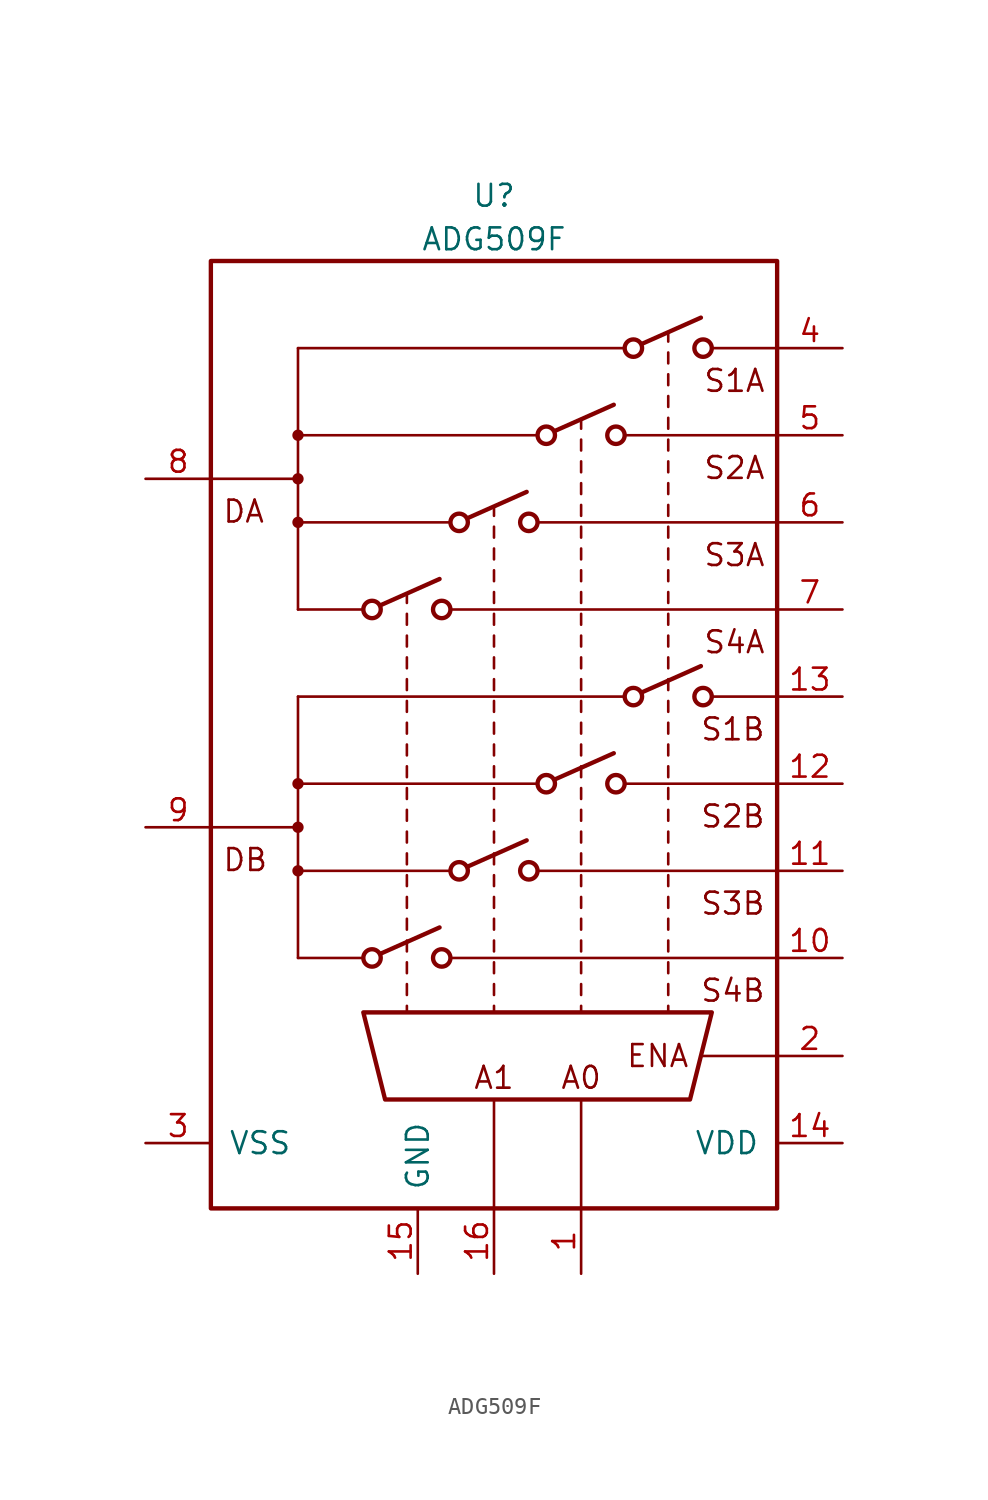
<source format=kicad_sym>
(kicad_symbol_lib
  (version 20231120)
  (generator "kicad_symbol_editor")
  (generator_version "8.0")
  (symbol "ADG509F"
    (pin_names
      (offset 1.016))
    (property "Reference" "U"
      (at 0 31.75 0)
      (effects (font (size 1.27 1.27))))
    (property "Value" "ADG509F"
      (at 0 29.21 0)
      (effects (font (size 1.27 1.27))))
    (symbol "ADG509F_0_0"
      (text "A0" (at 5.08 -19.685 0) (effects (font (size 1.27 1.27))))
      (text "A1" (at 0 -19.685 0) (effects (font (size 1.27 1.27))))
      (text "DA" (at -15.875 13.335 0) (effects (font (size 1.27 1.27)) (justify left)))
      (text "DB" (at -15.875 -6.985 0) (effects (font (size 1.27 1.27)) (justify left)))
      (text "ENA" (at 11.43 -18.415 0) (effects (font (size 1.27 1.27)) (justify right)))
      (text "S1A" (at 15.875 20.955 0) (effects (font (size 1.27 1.27)) (justify right)))
      (text "S1B" (at 15.875 0.635 0) (effects (font (size 1.27 1.27)) (justify right)))
      (text "S2A" (at 15.875 15.875 0) (effects (font (size 1.27 1.27)) (justify right)))
      (text "S2B" (at 15.875 -4.445 0) (effects (font (size 1.27 1.27)) (justify right)))
      (text "S3A" (at 15.875 10.795 0) (effects (font (size 1.27 1.27)) (justify right)))
      (text "S3B" (at 15.875 -9.525 0) (effects (font (size 1.27 1.27)) (justify right)))
      (text "S4A" (at 15.875 5.715 0) (effects (font (size 1.27 1.27)) (justify right)))
      (text "S4B" (at 15.875 -14.605 0) (effects (font (size 1.27 1.27)) (justify right))))
    (symbol "ADG509F_0_1"
      (rectangle (start -16.51 27.94) (end 16.51 -27.305) (stroke (width 0.254) (type default)) (fill (type none)))
      (circle (center -11.43 -7.62) (radius 0.254) (stroke (width 0) (type default)) (fill (type outline)))
      (circle (center -11.43 -5.08) (radius 0.254) (stroke (width 0) (type default)) (fill (type outline)))
      (circle (center -11.43 -2.54) (radius 0.254) (stroke (width 0) (type default)) (fill (type outline)))
      (circle (center -11.43 12.7) (radius 0.254) (stroke (width 0) (type default)) (fill (type outline)))
      (circle (center -11.43 15.24) (radius 0.254) (stroke (width 0) (type default)) (fill (type outline)))
      (circle (center -11.43 17.78) (radius 0.254) (stroke (width 0) (type default)) (fill (type outline)))
      (circle (center -7.112 -12.7) (radius 0.508) (stroke (width 0.254) (type default)) (fill (type none)))
      (circle (center -7.112 7.62) (radius 0.508) (stroke (width 0.254) (type default)) (fill (type none)))
      (circle (center -3.048 -12.7) (radius 0.508) (stroke (width 0.254) (type default)) (fill (type none)))
      (circle (center -3.048 7.62) (radius 0.508) (stroke (width 0.254) (type default)) (fill (type none)))
      (circle (center -2.032 -7.62) (radius 0.508) (stroke (width 0.254) (type default)) (fill (type none)))
      (circle (center -2.032 12.7) (radius 0.508) (stroke (width 0.254) (type default)) (fill (type none)))
      (polyline (pts (xy -16.51 -5.08) (xy -11.43 -5.08)) (stroke (width 0) (type default)) (fill (type none)))
      (polyline (pts (xy -16.51 15.24) (xy -11.43 15.24)) (stroke (width 0) (type default)) (fill (type none)))
      (polyline (pts (xy -11.43 -12.7) (xy -7.62 -12.7)) (stroke (width 0) (type default)) (fill (type none)))
      (polyline (pts (xy -11.43 -7.62) (xy -2.54 -7.62)) (stroke (width 0) (type default)) (fill (type none)))
      (polyline (pts (xy -11.43 -2.54) (xy 2.54 -2.54)) (stroke (width 0) (type default)) (fill (type none)))
      (polyline (pts (xy -11.43 2.54) (xy -11.43 -12.7)) (stroke (width 0) (type default)) (fill (type none)))
      (polyline (pts (xy -11.43 2.54) (xy 7.62 2.54)) (stroke (width 0) (type default)) (fill (type none)))
      (polyline (pts (xy -11.43 7.62) (xy -7.62 7.62)) (stroke (width 0) (type default)) (fill (type none)))
      (polyline (pts (xy -11.43 12.7) (xy -2.54 12.7)) (stroke (width 0) (type default)) (fill (type none)))
      (polyline (pts (xy -11.43 17.78) (xy 2.54 17.78)) (stroke (width 0) (type default)) (fill (type none)))
      (polyline (pts (xy -11.43 22.86) (xy -11.43 7.62)) (stroke (width 0) (type default)) (fill (type none)))
      (polyline (pts (xy -11.43 22.86) (xy 7.62 22.86)) (stroke (width 0) (type default)) (fill (type none)))
      (polyline (pts (xy -6.604 -12.446) (xy -3.175 -10.922)) (stroke (width 0.254) (type default)) (fill (type none)))
      (polyline (pts (xy -6.604 7.874) (xy -3.175 9.398)) (stroke (width 0.254) (type default)) (fill (type none)))
      (polyline (pts (xy -5.08 -15.494) (xy -5.08 -15.875)) (stroke (width 0) (type default)) (fill (type none)))
      (polyline (pts (xy -5.08 -14.224) (xy -5.08 -14.859)) (stroke (width 0) (type default)) (fill (type none)))
      (polyline (pts (xy -5.08 -12.954) (xy -5.08 -13.589)) (stroke (width 0) (type default)) (fill (type none)))
      (polyline (pts (xy -5.08 -11.684) (xy -5.08 -12.319)) (stroke (width 0) (type default)) (fill (type none)))
      (polyline (pts (xy -5.08 -10.414) (xy -5.08 -11.049)) (stroke (width 0) (type default)) (fill (type none)))
      (polyline (pts (xy -5.08 -9.144) (xy -5.08 -9.779)) (stroke (width 0) (type default)) (fill (type none)))
      (polyline (pts (xy -5.08 -7.874) (xy -5.08 -8.509)) (stroke (width 0) (type default)) (fill (type none)))
      (polyline (pts (xy -5.08 -6.604) (xy -5.08 -7.239)) (stroke (width 0) (type default)) (fill (type none)))
      (polyline (pts (xy -5.08 -5.334) (xy -5.08 -5.969)) (stroke (width 0) (type default)) (fill (type none)))
      (polyline (pts (xy -5.08 -4.064) (xy -5.08 -4.699)) (stroke (width 0) (type default)) (fill (type none)))
      (polyline (pts (xy -5.08 -2.794) (xy -5.08 -3.429)) (stroke (width 0) (type default)) (fill (type none)))
      (polyline (pts (xy -5.08 -1.524) (xy -5.08 -2.159)) (stroke (width 0) (type default)) (fill (type none)))
      (polyline (pts (xy -5.08 -0.254) (xy -5.08 -0.889)) (stroke (width 0) (type default)) (fill (type none)))
      (polyline (pts (xy -5.08 1.016) (xy -5.08 0.381)) (stroke (width 0) (type default)) (fill (type none)))
      (polyline (pts (xy -5.08 2.286) (xy -5.08 1.651)) (stroke (width 0) (type default)) (fill (type none)))
      (polyline (pts (xy -5.08 3.556) (xy -5.08 2.921)) (stroke (width 0) (type default)) (fill (type none)))
      (polyline (pts (xy -5.08 4.826) (xy -5.08 4.191)) (stroke (width 0) (type default)) (fill (type none)))
      (polyline (pts (xy -5.08 6.096) (xy -5.08 5.461)) (stroke (width 0) (type default)) (fill (type none)))
      (polyline (pts (xy -5.08 7.366) (xy -5.08 6.731)) (stroke (width 0) (type default)) (fill (type none)))
      (polyline (pts (xy -5.08 8.509) (xy -5.08 8.001)) (stroke (width 0) (type default)) (fill (type none)))
      (polyline (pts (xy -2.54 -12.7) (xy 16.51 -12.7)) (stroke (width 0) (type default)) (fill (type none)))
      (polyline (pts (xy -2.54 7.62) (xy 16.51 7.62)) (stroke (width 0) (type default)) (fill (type none)))
      (polyline (pts (xy -1.524 -7.366) (xy 1.905 -5.842)) (stroke (width 0.254) (type default)) (fill (type none)))
      (polyline (pts (xy -1.524 12.954) (xy 1.905 14.478)) (stroke (width 0.254) (type default)) (fill (type none)))
      (polyline (pts (xy 0 -27.305) (xy 0 -20.955)) (stroke (width 0) (type default)) (fill (type none)))
      (polyline (pts (xy 0 -15.494) (xy 0 -15.875)) (stroke (width 0) (type default)) (fill (type none)))
      (polyline (pts (xy 0 -14.224) (xy 0 -14.859)) (stroke (width 0) (type default)) (fill (type none)))
      (polyline (pts (xy 0 -12.954) (xy 0 -13.589)) (stroke (width 0) (type default)) (fill (type none)))
      (polyline (pts (xy 0 -11.684) (xy 0 -12.319)) (stroke (width 0) (type default)) (fill (type none)))
      (polyline (pts (xy 0 -10.414) (xy 0 -11.049)) (stroke (width 0) (type default)) (fill (type none)))
      (polyline (pts (xy 0 -9.144) (xy 0 -9.779)) (stroke (width 0) (type default)) (fill (type none)))
      (polyline (pts (xy 0 -7.874) (xy 0 -8.509)) (stroke (width 0) (type default)) (fill (type none)))
      (polyline (pts (xy 0 -6.604) (xy 0 -7.239)) (stroke (width 0) (type default)) (fill (type none)))
      (polyline (pts (xy 0 -5.334) (xy 0 -5.969)) (stroke (width 0) (type default)) (fill (type none)))
      (polyline (pts (xy 0 -4.064) (xy 0 -4.699)) (stroke (width 0) (type default)) (fill (type none)))
      (polyline (pts (xy 0 -2.794) (xy 0 -3.429)) (stroke (width 0) (type default)) (fill (type none)))
      (polyline (pts (xy 0 -1.524) (xy 0 -2.159)) (stroke (width 0) (type default)) (fill (type none)))
      (polyline (pts (xy 0 -0.254) (xy 0 -0.889)) (stroke (width 0) (type default)) (fill (type none)))
      (polyline (pts (xy 0 1.016) (xy 0 0.381)) (stroke (width 0) (type default)) (fill (type none)))
      (polyline (pts (xy 0 2.286) (xy 0 1.651)) (stroke (width 0) (type default)) (fill (type none)))
      (polyline (pts (xy 0 3.556) (xy 0 2.921)) (stroke (width 0) (type default)) (fill (type none)))
      (polyline (pts (xy 0 4.826) (xy 0 4.191)) (stroke (width 0) (type default)) (fill (type none)))
      (polyline (pts (xy 0 6.096) (xy 0 5.461)) (stroke (width 0) (type default)) (fill (type none)))
      (polyline (pts (xy 0 7.366) (xy 0 6.731)) (stroke (width 0) (type default)) (fill (type none)))
      (polyline (pts (xy 0 8.636) (xy 0 8.001)) (stroke (width 0) (type default)) (fill (type none)))
      (polyline (pts (xy 0 9.906) (xy 0 9.271)) (stroke (width 0) (type default)) (fill (type none)))
      (polyline (pts (xy 0 11.176) (xy 0 10.541)) (stroke (width 0) (type default)) (fill (type none)))
      (polyline (pts (xy 0 12.446) (xy 0 11.811)) (stroke (width 0) (type default)) (fill (type none)))
      (polyline (pts (xy 0 13.589) (xy 0 13.081)) (stroke (width 0) (type default)) (fill (type none)))
      (polyline (pts (xy 2.54 -7.62) (xy 16.51 -7.62)) (stroke (width 0) (type default)) (fill (type none)))
      (polyline (pts (xy 2.54 12.7) (xy 16.51 12.7)) (stroke (width 0) (type default)) (fill (type none)))
      (polyline (pts (xy 3.556 -2.286) (xy 6.985 -0.762)) (stroke (width 0.254) (type default)) (fill (type none)))
      (polyline (pts (xy 3.556 18.034) (xy 6.985 19.558)) (stroke (width 0.254) (type default)) (fill (type none)))
      (polyline (pts (xy 5.08 -27.305) (xy 5.08 -20.955)) (stroke (width 0) (type default)) (fill (type none)))
      (polyline (pts (xy 5.08 -15.494) (xy 5.08 -15.875)) (stroke (width 0) (type default)) (fill (type none)))
      (polyline (pts (xy 5.08 -14.224) (xy 5.08 -14.859)) (stroke (width 0) (type default)) (fill (type none)))
      (polyline (pts (xy 5.08 -12.954) (xy 5.08 -13.589)) (stroke (width 0) (type default)) (fill (type none)))
      (polyline (pts (xy 5.08 -11.684) (xy 5.08 -12.319)) (stroke (width 0) (type default)) (fill (type none)))
      (polyline (pts (xy 5.08 -10.414) (xy 5.08 -11.049)) (stroke (width 0) (type default)) (fill (type none)))
      (polyline (pts (xy 5.08 -9.144) (xy 5.08 -9.779)) (stroke (width 0) (type default)) (fill (type none)))
      (polyline (pts (xy 5.08 -7.874) (xy 5.08 -8.509)) (stroke (width 0) (type default)) (fill (type none)))
      (polyline (pts (xy 5.08 -6.604) (xy 5.08 -7.239)) (stroke (width 0) (type default)) (fill (type none)))
      (polyline (pts (xy 5.08 -5.334) (xy 5.08 -5.969)) (stroke (width 0) (type default)) (fill (type none)))
      (polyline (pts (xy 5.08 -4.064) (xy 5.08 -4.699)) (stroke (width 0) (type default)) (fill (type none)))
      (polyline (pts (xy 5.08 -2.794) (xy 5.08 -3.429)) (stroke (width 0) (type default)) (fill (type none)))
      (polyline (pts (xy 5.08 -1.524) (xy 5.08 -2.159)) (stroke (width 0) (type default)) (fill (type none)))
      (polyline (pts (xy 5.08 -0.254) (xy 5.08 -0.889)) (stroke (width 0) (type default)) (fill (type none)))
      (polyline (pts (xy 5.08 1.016) (xy 5.08 0.381)) (stroke (width 0) (type default)) (fill (type none)))
      (polyline (pts (xy 5.08 2.286) (xy 5.08 1.651)) (stroke (width 0) (type default)) (fill (type none)))
      (polyline (pts (xy 5.08 3.556) (xy 5.08 2.921)) (stroke (width 0) (type default)) (fill (type none)))
      (polyline (pts (xy 5.08 4.826) (xy 5.08 4.191)) (stroke (width 0) (type default)) (fill (type none)))
      (polyline (pts (xy 5.08 6.096) (xy 5.08 5.461)) (stroke (width 0) (type default)) (fill (type none)))
      (polyline (pts (xy 5.08 7.366) (xy 5.08 6.731)) (stroke (width 0) (type default)) (fill (type none)))
      (polyline (pts (xy 5.08 8.636) (xy 5.08 8.001)) (stroke (width 0) (type default)) (fill (type none)))
      (polyline (pts (xy 5.08 9.906) (xy 5.08 9.271)) (stroke (width 0) (type default)) (fill (type none)))
      (polyline (pts (xy 5.08 11.176) (xy 5.08 10.541)) (stroke (width 0) (type default)) (fill (type none)))
      (polyline (pts (xy 5.08 12.446) (xy 5.08 11.811)) (stroke (width 0) (type default)) (fill (type none)))
      (polyline (pts (xy 5.08 13.716) (xy 5.08 13.081)) (stroke (width 0) (type default)) (fill (type none)))
      (polyline (pts (xy 5.08 14.986) (xy 5.08 14.351)) (stroke (width 0) (type default)) (fill (type none)))
      (polyline (pts (xy 5.08 16.256) (xy 5.08 15.621)) (stroke (width 0) (type default)) (fill (type none)))
      (polyline (pts (xy 5.08 17.526) (xy 5.08 16.891)) (stroke (width 0) (type default)) (fill (type none)))
      (polyline (pts (xy 5.08 18.669) (xy 5.08 18.161)) (stroke (width 0) (type default)) (fill (type none)))
      (polyline (pts (xy 7.62 -2.54) (xy 16.51 -2.54)) (stroke (width 0) (type default)) (fill (type none)))
      (polyline (pts (xy 7.62 17.78) (xy 16.51 17.78)) (stroke (width 0) (type default)) (fill (type none)))
      (polyline (pts (xy 8.636 2.794) (xy 12.065 4.318)) (stroke (width 0.254) (type default)) (fill (type none)))
      (polyline (pts (xy 8.636 23.114) (xy 12.065 24.638)) (stroke (width 0.254) (type default)) (fill (type none)))
      (polyline (pts (xy 10.16 -15.494) (xy 10.16 -15.875)) (stroke (width 0) (type default)) (fill (type none)))
      (polyline (pts (xy 10.16 -14.224) (xy 10.16 -14.859)) (stroke (width 0) (type default)) (fill (type none)))
      (polyline (pts (xy 10.16 -12.954) (xy 10.16 -13.589)) (stroke (width 0) (type default)) (fill (type none)))
      (polyline (pts (xy 10.16 -11.684) (xy 10.16 -12.319)) (stroke (width 0) (type default)) (fill (type none)))
      (polyline (pts (xy 10.16 -10.414) (xy 10.16 -11.049)) (stroke (width 0) (type default)) (fill (type none)))
      (polyline (pts (xy 10.16 -9.144) (xy 10.16 -9.779)) (stroke (width 0) (type default)) (fill (type none)))
      (polyline (pts (xy 10.16 -7.874) (xy 10.16 -8.509)) (stroke (width 0) (type default)) (fill (type none)))
      (polyline (pts (xy 10.16 -6.604) (xy 10.16 -7.239)) (stroke (width 0) (type default)) (fill (type none)))
      (polyline (pts (xy 10.16 -5.334) (xy 10.16 -5.969)) (stroke (width 0) (type default)) (fill (type none)))
      (polyline (pts (xy 10.16 -4.064) (xy 10.16 -4.699)) (stroke (width 0) (type default)) (fill (type none)))
      (polyline (pts (xy 10.16 -2.794) (xy 10.16 -3.429)) (stroke (width 0) (type default)) (fill (type none)))
      (polyline (pts (xy 10.16 -1.524) (xy 10.16 -2.159)) (stroke (width 0) (type default)) (fill (type none)))
      (polyline (pts (xy 10.16 -0.254) (xy 10.16 -0.889)) (stroke (width 0) (type default)) (fill (type none)))
      (polyline (pts (xy 10.16 1.016) (xy 10.16 0.381)) (stroke (width 0) (type default)) (fill (type none)))
      (polyline (pts (xy 10.16 2.286) (xy 10.16 1.651)) (stroke (width 0) (type default)) (fill (type none)))
      (polyline (pts (xy 10.16 3.556) (xy 10.16 2.921)) (stroke (width 0) (type default)) (fill (type none)))
      (polyline (pts (xy 10.16 4.826) (xy 10.16 4.191)) (stroke (width 0) (type default)) (fill (type none)))
      (polyline (pts (xy 10.16 6.096) (xy 10.16 5.461)) (stroke (width 0) (type default)) (fill (type none)))
      (polyline (pts (xy 10.16 7.366) (xy 10.16 6.731)) (stroke (width 0) (type default)) (fill (type none)))
      (polyline (pts (xy 10.16 8.636) (xy 10.16 8.001)) (stroke (width 0) (type default)) (fill (type none)))
      (polyline (pts (xy 10.16 9.906) (xy 10.16 9.271)) (stroke (width 0) (type default)) (fill (type none)))
      (polyline (pts (xy 10.16 11.176) (xy 10.16 10.541)) (stroke (width 0) (type default)) (fill (type none)))
      (polyline (pts (xy 10.16 12.446) (xy 10.16 11.811)) (stroke (width 0) (type default)) (fill (type none)))
      (polyline (pts (xy 10.16 13.716) (xy 10.16 13.081)) (stroke (width 0) (type default)) (fill (type none)))
      (polyline (pts (xy 10.16 14.986) (xy 10.16 14.351)) (stroke (width 0) (type default)) (fill (type none)))
      (polyline (pts (xy 10.16 16.256) (xy 10.16 15.621)) (stroke (width 0) (type default)) (fill (type none)))
      (polyline (pts (xy 10.16 17.526) (xy 10.16 16.891)) (stroke (width 0) (type default)) (fill (type none)))
      (polyline (pts (xy 10.16 18.796) (xy 10.16 18.161)) (stroke (width 0) (type default)) (fill (type none)))
      (polyline (pts (xy 10.16 20.066) (xy 10.16 19.431)) (stroke (width 0) (type default)) (fill (type none)))
      (polyline (pts (xy 10.16 21.336) (xy 10.16 20.701)) (stroke (width 0) (type default)) (fill (type none)))
      (polyline (pts (xy 10.16 22.606) (xy 10.16 21.971)) (stroke (width 0) (type default)) (fill (type none)))
      (polyline (pts (xy 10.16 23.749) (xy 10.16 23.241)) (stroke (width 0) (type default)) (fill (type none)))
      (polyline (pts (xy 12.065 -18.415) (xy 16.51 -18.415)) (stroke (width 0) (type default)) (fill (type none)))
      (polyline (pts (xy 12.7 2.54) (xy 16.51 2.54)) (stroke (width 0) (type default)) (fill (type none)))
      (polyline (pts (xy 12.7 22.86) (xy 16.51 22.86)) (stroke (width 0) (type default)) (fill (type none)))
      (polyline (pts (xy -7.62 -15.875) (xy 12.7 -15.875) (xy 11.43 -20.955) (xy -6.35 -20.955) (xy -7.62 -15.875)) (stroke (width 0.254) (type default)) (fill (type none)))
      (circle (center 2.032 -7.62) (radius 0.508) (stroke (width 0.254) (type default)) (fill (type none)))
      (circle (center 2.032 12.7) (radius 0.508) (stroke (width 0.254) (type default)) (fill (type none)))
      (circle (center 3.048 -2.54) (radius 0.508) (stroke (width 0.254) (type default)) (fill (type none)))
      (circle (center 3.048 17.78) (radius 0.508) (stroke (width 0.254) (type default)) (fill (type none)))
      (circle (center 7.112 -2.54) (radius 0.508) (stroke (width 0.254) (type default)) (fill (type none)))
      (circle (center 7.112 17.78) (radius 0.508) (stroke (width 0.254) (type default)) (fill (type none)))
      (circle (center 8.128 2.54) (radius 0.508) (stroke (width 0.254) (type default)) (fill (type none)))
      (circle (center 8.128 22.86) (radius 0.508) (stroke (width 0.254) (type default)) (fill (type none)))
      (circle (center 12.192 2.54) (radius 0.508) (stroke (width 0.254) (type default)) (fill (type none)))
      (circle (center 12.192 22.86) (radius 0.508) (stroke (width 0.254) (type default)) (fill (type none))))
    (symbol "ADG509F_1_1"
      (pin input line (at 5.08 -31.115 90) (length 3.81) (name "~" (effects (font (size 1.27 1.27)))) (number "1" (effects (font (size 1.27 1.27)))))
      (pin passive line (at 20.32 -12.7 180) (length 3.81) (name "~" (effects (font (size 1.27 1.27)))) (number "10" (effects (font (size 1.27 1.27)))))
      (pin passive line (at 20.32 -7.62 180) (length 3.81) (name "~" (effects (font (size 1.27 1.27)))) (number "11" (effects (font (size 1.27 1.27)))))
      (pin passive line (at 20.32 -2.54 180) (length 3.81) (name "~" (effects (font (size 1.27 1.27)))) (number "12" (effects (font (size 1.27 1.27)))))
      (pin passive line (at 20.32 2.54 180) (length 3.81) (name "~" (effects (font (size 1.27 1.27)))) (number "13" (effects (font (size 1.27 1.27)))))
      (pin power_in line (at 20.32 -23.495 180) (length 3.81) (name "VDD" (effects (font (size 1.27 1.27)))) (number "14" (effects (font (size 1.27 1.27)))))
      (pin power_in line (at -4.445 -31.115 90) (length 3.81) (name "GND" (effects (font (size 1.27 1.27)))) (number "15" (effects (font (size 1.27 1.27)))))
      (pin input line (at 0 -31.115 90) (length 3.81) (name "~" (effects (font (size 1.27 1.27)))) (number "16" (effects (font (size 1.27 1.27)))))
      (pin input line (at 20.32 -18.415 180) (length 3.81) (name "~" (effects (font (size 1.27 1.27)))) (number "2" (effects (font (size 1.27 1.27)))))
      (pin power_in line (at -20.32 -23.495 0) (length 3.81) (name "VSS" (effects (font (size 1.27 1.27)))) (number "3" (effects (font (size 1.27 1.27)))))
      (pin passive line (at 20.32 22.86 180) (length 3.81) (name "~" (effects (font (size 1.27 1.27)))) (number "4" (effects (font (size 1.27 1.27)))))
      (pin passive line (at 20.32 17.78 180) (length 3.81) (name "~" (effects (font (size 1.27 1.27)))) (number "5" (effects (font (size 1.27 1.27)))))
      (pin passive line (at 20.32 12.7 180) (length 3.81) (name "~" (effects (font (size 1.27 1.27)))) (number "6" (effects (font (size 1.27 1.27)))))
      (pin passive line (at 20.32 7.62 180) (length 3.81) (name "~" (effects (font (size 1.27 1.27)))) (number "7" (effects (font (size 1.27 1.27)))))
      (pin passive line (at -20.32 15.24 0) (length 3.81) (name "~" (effects (font (size 1.27 1.27)))) (number "8" (effects (font (size 1.27 1.27)))))
      (pin passive line (at -20.32 -5.08 0) (length 3.81) (name "~" (effects (font (size 1.27 1.27)))) (number "9" (effects (font (size 1.27 1.27))))))))
</source>
